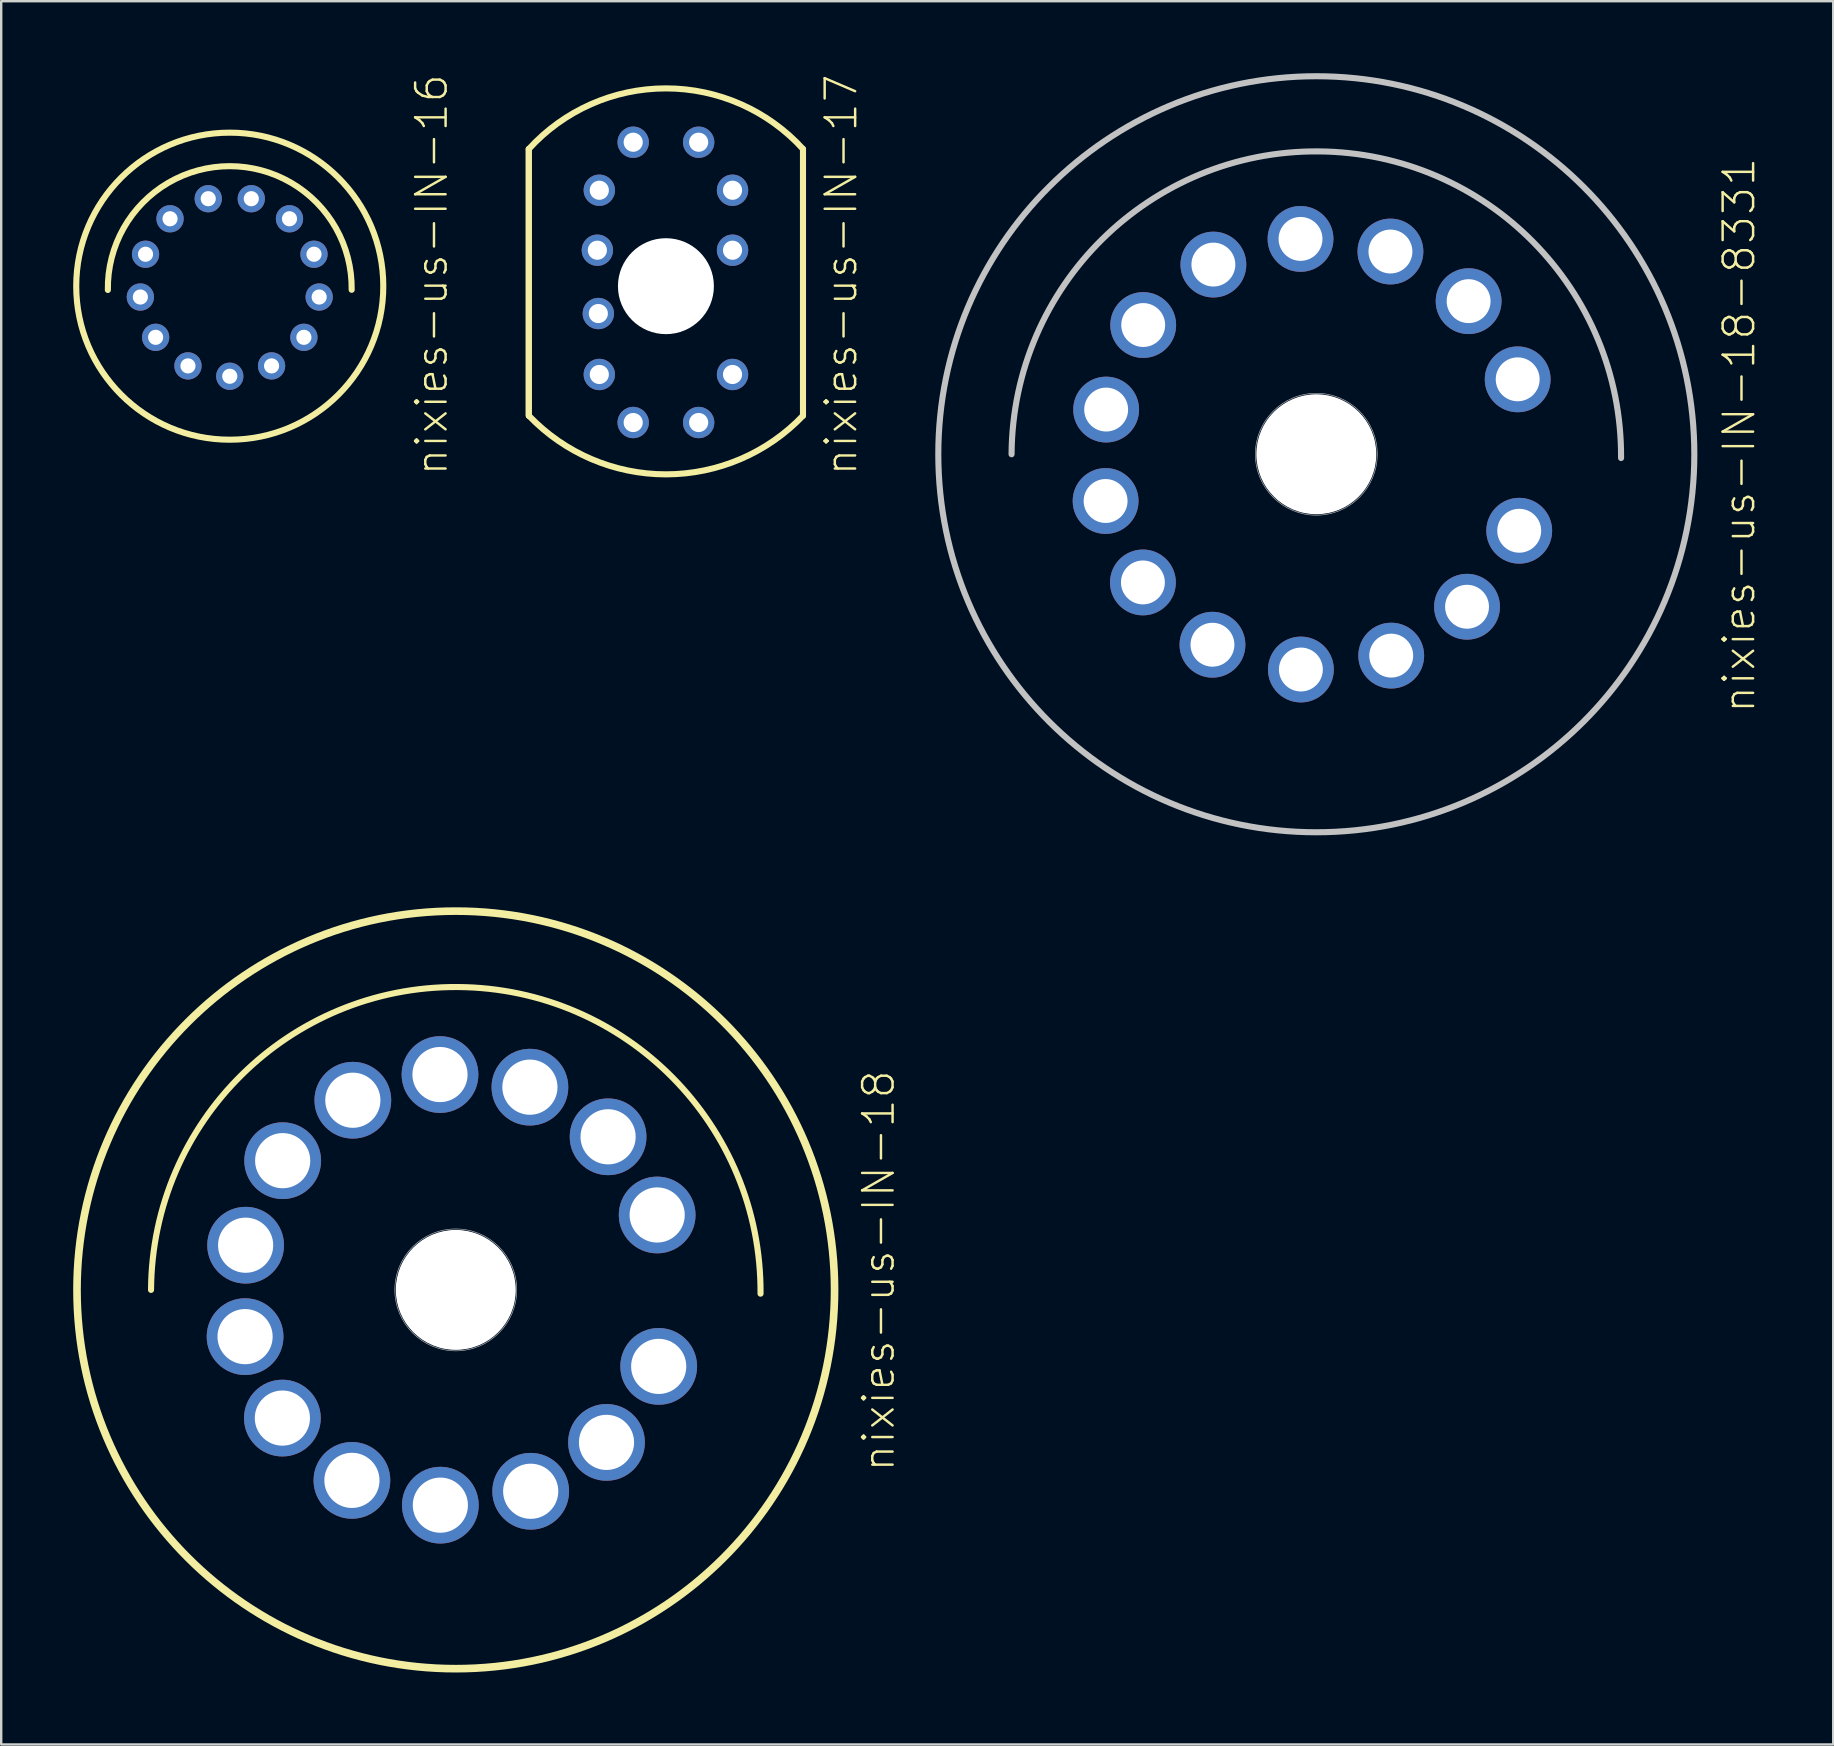
<source format=kicad_pcb>
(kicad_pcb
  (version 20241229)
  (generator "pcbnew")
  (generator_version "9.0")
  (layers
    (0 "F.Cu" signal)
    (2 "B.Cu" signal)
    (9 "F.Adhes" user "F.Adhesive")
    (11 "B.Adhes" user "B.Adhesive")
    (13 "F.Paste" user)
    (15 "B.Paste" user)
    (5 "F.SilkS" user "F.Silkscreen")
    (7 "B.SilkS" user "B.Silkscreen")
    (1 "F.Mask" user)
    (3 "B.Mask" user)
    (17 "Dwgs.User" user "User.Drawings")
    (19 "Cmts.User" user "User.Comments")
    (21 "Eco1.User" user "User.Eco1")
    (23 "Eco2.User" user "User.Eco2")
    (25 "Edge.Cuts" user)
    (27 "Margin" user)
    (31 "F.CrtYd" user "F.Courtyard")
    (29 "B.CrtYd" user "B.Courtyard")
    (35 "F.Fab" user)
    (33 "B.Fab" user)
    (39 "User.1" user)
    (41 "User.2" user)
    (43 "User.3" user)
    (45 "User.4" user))
  (footprint "nixies-us-IN-18"
    (layer "F.Cu")
    (at 15.944 50.704)
    (property "Reference" "nixies-us-IN-18" (at 17.62 -0.792 90) (layer "F.SilkS") (effects (font (size 1.27 1.27) (thickness 0.102))))
    (attr exclude_from_pos_files exclude_from_bom)
    (fp_circle (center 0 0) (end 0 -2.54) (stroke (width 0.025) (type solid)) (fill no) (layer "F.Mask"))
    (fp_circle (center 0 0) (end 0 -1.27) (stroke (width 2.54) (type solid)) (fill no) (layer "F.Mask"))
    (fp_circle (center 0 0) (end 0 -1.27) (stroke (width 2.54) (type solid)) (fill no) (layer "B.Mask"))
    (fp_arc (start -12.7 0) (mid 0.07874 -12.62126) (end 12.7 0.15748) (stroke (width 0.254) (type solid)) (layer "F.SilkS"))
    (fp_circle (center 0 0) (end 0 -15.817) (stroke (width 0.254) (type solid)) (fill no) (layer "F.SilkS"))
    (fp_circle (center 0 0) (end 0 -15.753) (stroke (width 0.254) (type solid)) (fill no) (layer "F.SilkS"))
    (fp_circle (center 0 0) (end 0 -2.54) (stroke (width 0.025) (type solid)) (fill no) (layer "Dwgs.User"))
    (pad "" np_thru_hole circle (at 0 0) (size 4.999 4.999) (drill 4.999) (layers "*.Cu" "*.Mask"))
    (pad "0" thru_hole circle (at 6.281 6.355) (size 3.198 3.198) (drill 2.299) (layers "*.Cu" "*.Mask"))
    (pad "1" thru_hole circle (at -0.643 8.971) (size 3.198 3.198) (drill 2.299) (layers "*.Cu" "*.Mask"))
    (pad "2" thru_hole circle (at -4.328 7.938) (size 3.198 3.198) (drill 2.299) (layers "*.Cu" "*.Mask"))
    (pad "3" thru_hole circle (at -8.758 -1.862) (size 3.198 3.198) (drill 2.299) (layers "*.Cu" "*.Mask"))
    (pad "4" thru_hole circle (at 6.347 -6.38) (size 3.198 3.198) (drill 2.299) (layers "*.Cu" "*.Mask"))
    (pad "5" thru_hole circle (at 3.089 -8.448) (size 3.198 3.198) (drill 2.299) (layers "*.Cu" "*.Mask"))
    (pad "6" thru_hole circle (at -4.29 -7.904) (size 3.198 3.198) (drill 2.299) (layers "*.Cu" "*.Mask"))
    (pad "7" thru_hole circle (at -7.214 -5.385) (size 3.198 3.198) (drill 2.299) (layers "*.Cu" "*.Mask"))
    (pad "8" thru_hole circle (at -7.226 5.342) (size 3.198 3.198) (drill 2.299) (layers "*.Cu" "*.Mask"))
    (pad "9" thru_hole circle (at 8.456 3.188) (size 3.198 3.198) (drill 2.299) (layers "*.Cu" "*.Mask"))
    (pad "A" thru_hole circle (at -0.658 -8.974) (size 3.198 3.198) (drill 2.299) (layers "*.Cu" "*.Mask"))
    (pad "A2" thru_hole circle (at 3.122 8.392) (size 3.198 3.198) (drill 2.299) (layers "*.Cu" "*.Mask"))
    (pad "N/C" thru_hole circle (at 8.392 -3.122) (size 3.198 3.198) (drill 2.299) (layers "*.Cu" "*.Mask"))
    (pad "N/C2" thru_hole circle (at -8.781 1.948) (size 3.198 3.198) (drill 2.299) (layers "*.Cu" "*.Mask")))
  (footprint "nixies-us-IN-18-8331"
    (layer "F.Cu")
    (at 51.805 15.88)
    (property "Reference" "nixies-us-IN-18-8331" (at 17.62 -0.792 90) (layer "F.SilkS") (effects (font (size 1.27 1.27) (thickness 0.102))))
    (attr exclude_from_pos_files exclude_from_bom)
    (fp_circle (center 0 0) (end 0 -2.54) (stroke (width 0.025) (type solid)) (fill no) (layer "F.Mask"))
    (fp_circle (center 0 0) (end 0 -1.27) (stroke (width 2.54) (type solid)) (fill no) (layer "F.Mask"))
    (fp_circle (center 0 0) (end 0 -1.27) (stroke (width 2.54) (type solid)) (fill no) (layer "B.Mask"))
    (fp_arc (start -12.7 0) (mid 0.07874 -12.62126) (end 12.7 0.15748) (stroke (width 0.254) (type solid)) (layer "Dwgs.User"))
    (fp_circle (center 0 0) (end 0 -15.753) (stroke (width 0.254) (type solid)) (fill no) (layer "Dwgs.User"))
    (fp_circle (center 0 0) (end 0 -2.54) (stroke (width 0.025) (type solid)) (fill no) (layer "Dwgs.User"))
    (pad "" np_thru_hole circle (at 0 0) (size 4.999 4.999) (drill 4.999) (layers "*.Cu" "*.Mask"))
    (pad "0" thru_hole circle (at 6.281 6.355) (size 2.743 2.743) (drill 1.829) (layers "*.Cu" "*.Mask"))
    (pad "1" thru_hole circle (at -0.643 8.971) (size 2.743 2.743) (drill 1.829) (layers "*.Cu" "*.Mask"))
    (pad "2" thru_hole circle (at -4.328 7.938) (size 2.743 2.743) (drill 1.829) (layers "*.Cu" "*.Mask"))
    (pad "3" thru_hole circle (at -8.758 -1.862) (size 2.743 2.743) (drill 1.829) (layers "*.Cu" "*.Mask"))
    (pad "4" thru_hole circle (at 6.347 -6.38) (size 2.743 2.743) (drill 1.829) (layers "*.Cu" "*.Mask"))
    (pad "5" thru_hole circle (at 3.089 -8.448) (size 2.743 2.743) (drill 1.829) (layers "*.Cu" "*.Mask"))
    (pad "6" thru_hole circle (at -4.29 -7.904) (size 2.743 2.743) (drill 1.829) (layers "*.Cu" "*.Mask"))
    (pad "7" thru_hole circle (at -7.214 -5.385) (size 2.743 2.743) (drill 1.829) (layers "*.Cu" "*.Mask"))
    (pad "8" thru_hole circle (at -7.226 5.342) (size 2.743 2.743) (drill 1.829) (layers "*.Cu" "*.Mask"))
    (pad "9" thru_hole circle (at 8.456 3.188) (size 2.743 2.743) (drill 1.829) (layers "*.Cu" "*.Mask"))
    (pad "A" thru_hole circle (at -0.658 -8.974) (size 2.743 2.743) (drill 1.829) (layers "*.Cu" "*.Mask"))
    (pad "A2" thru_hole circle (at 3.122 8.392) (size 2.743 2.743) (drill 1.829) (layers "*.Cu" "*.Mask"))
    (pad "N/C" thru_hole circle (at 8.392 -3.122) (size 2.743 2.743) (drill 1.829) (layers "*.Cu" "*.Mask"))
    (pad "N/C2" thru_hole circle (at -8.781 1.948) (size 2.743 2.743) (drill 1.829) (layers "*.Cu" "*.Mask")))
  (footprint "nixies-us-IN-17"
    (layer "F.Cu")
    (at 24.701 8.876)
    (property "Reference" "nixies-us-IN-17" (at 7.303 -0.475 90) (layer "F.SilkS") (effects (font (size 1.27 1.27) (thickness 0.102))))
    (attr exclude_from_pos_files exclude_from_bom)
    (fp_line (start -5.715 -5.715) (end -5.715 5.397) (stroke (width 0.254) (type solid)) (layer "F.SilkS"))
    (fp_line (start -5.715 5.397) (end -5.715 -5.715) (stroke (width 0.254) (type solid)) (layer "F.SilkS"))
    (fp_line (start 5.712 5.397) (end 5.712 -5.715) (stroke (width 0.254) (type solid)) (layer "F.SilkS"))
    (fp_arc (start -5.715 -5.715) (mid -0.002522 -8.24269) (end 5.711605 -5.718731) (stroke (width 0.254) (type solid)) (layer "F.SilkS"))
    (fp_arc (start 5.71246 5.3975) (mid 0.004024 7.841685) (end -5.7069 5.403318) (stroke (width 0.254) (type solid)) (layer "F.SilkS"))
    (pad "" np_thru_hole circle (at 0 0) (size 3.998 3.998) (drill 3.998) (layers "*.Cu" "*.Mask"))
    (pad "0" thru_hole circle (at 2.776 -3.998) (size 1.306 1.306) (drill 0.798) (layers "*.Cu" "*.Mask"))
    (pad "1" thru_hole circle (at 1.364 -5.999) (size 1.306 1.306) (drill 0.798) (layers "*.Cu" "*.Mask"))
    (pad "2" thru_hole circle (at -1.364 -5.999) (size 1.306 1.306) (drill 0.798) (layers "*.Cu" "*.Mask"))
    (pad "3" thru_hole circle (at -2.776 -3.998) (size 1.306 1.306) (drill 0.798) (layers "*.Cu" "*.Mask"))
    (pad "4" thru_hole circle (at -2.857 -1.499) (size 1.306 1.306) (drill 0.798) (layers "*.Cu" "*.Mask"))
    (pad "5" thru_hole circle (at -2.817 1.14) (size 1.306 1.306) (drill 0.798) (layers "*.Cu" "*.Mask"))
    (pad "6" thru_hole circle (at -2.776 3.68) (size 1.306 1.306) (drill 0.798) (layers "*.Cu" "*.Mask"))
    (pad "7" thru_hole circle (at -1.364 5.682) (size 1.306 1.306) (drill 0.798) (layers "*.Cu" "*.Mask"))
    (pad "8" thru_hole circle (at 1.364 5.682) (size 1.306 1.306) (drill 0.798) (layers "*.Cu" "*.Mask"))
    (pad "9" thru_hole circle (at 2.776 3.68) (size 1.306 1.306) (drill 0.798) (layers "*.Cu" "*.Mask"))
    (pad "A" thru_hole circle (at 2.776 -1.499) (size 1.306 1.306) (drill 0.798) (layers "*.Cu" "*.Mask")))
  (footprint "nixies-us-IN-16"
    (layer "F.Cu")
    (at 6.525 8.876)
    (property "Reference" "nixies-us-IN-16" (at 8.412 -0.475 90) (layer "F.SilkS") (effects (font (size 1.27 1.27) (thickness 0.102))))
    (attr exclude_from_pos_files exclude_from_bom)
    (fp_arc (start -5.08 0.15748) (mid -0.003371 -5.001869) (end 5.0801 0.150739) (stroke (width 0.254) (type solid)) (layer "F.SilkS"))
    (fp_circle (center 0 0) (end 0 -6.398) (stroke (width 0.254) (type solid)) (fill no) (layer "F.SilkS"))
    (pad "0" thru_hole circle (at -1.742 3.322) (size 1.138 1.138) (drill 0.63) (layers "*.Cu" "*.Mask"))
    (pad "1" thru_hole circle (at 1.742 3.322) (size 1.138 1.138) (drill 0.63) (layers "*.Cu" "*.Mask"))
    (pad "2" thru_hole circle (at -2.489 -2.809) (size 1.138 1.138) (drill 0.63) (layers "*.Cu" "*.Mask"))
    (pad "3" thru_hole circle (at 3.726 0.452) (size 1.138 1.138) (drill 0.63) (layers "*.Cu" "*.Mask"))
    (pad "4" thru_hole circle (at 2.489 -2.809) (size 1.138 1.138) (drill 0.63) (layers "*.Cu" "*.Mask"))
    (pad "5" thru_hole circle (at 0.897 -3.645) (size 1.138 1.138) (drill 0.63) (layers "*.Cu" "*.Mask"))
    (pad "6" thru_hole circle (at -0.897 -3.645) (size 1.138 1.138) (drill 0.63) (layers "*.Cu" "*.Mask"))
    (pad "7" thru_hole circle (at 3.089 2.131) (size 1.138 1.138) (drill 0.63) (layers "*.Cu" "*.Mask"))
    (pad "8" thru_hole circle (at -3.726 0.452) (size 1.138 1.138) (drill 0.63) (layers "*.Cu" "*.Mask"))
    (pad "9" thru_hole circle (at -3.089 2.131) (size 1.138 1.138) (drill 0.63) (layers "*.Cu" "*.Mask"))
    (pad "A" thru_hole circle (at 0 3.754) (size 1.138 1.138) (drill 0.63) (layers "*.Cu" "*.Mask"))
    (pad "LHDP" thru_hole circle (at -3.51 -1.331) (size 1.138 1.138) (drill 0.63) (layers "*.Cu" "*.Mask"))
    (pad "RHDP" thru_hole circle (at 3.51 -1.331) (size 1.138 1.138) (drill 0.63) (layers "*.Cu" "*.Mask")))
  (gr_rect
    (start -3 -3)
    (end 73.346 69.647)
    (stroke (width 0.1) (type default))
    (fill no)
    (layer "Edge.Cuts")))
</source>
